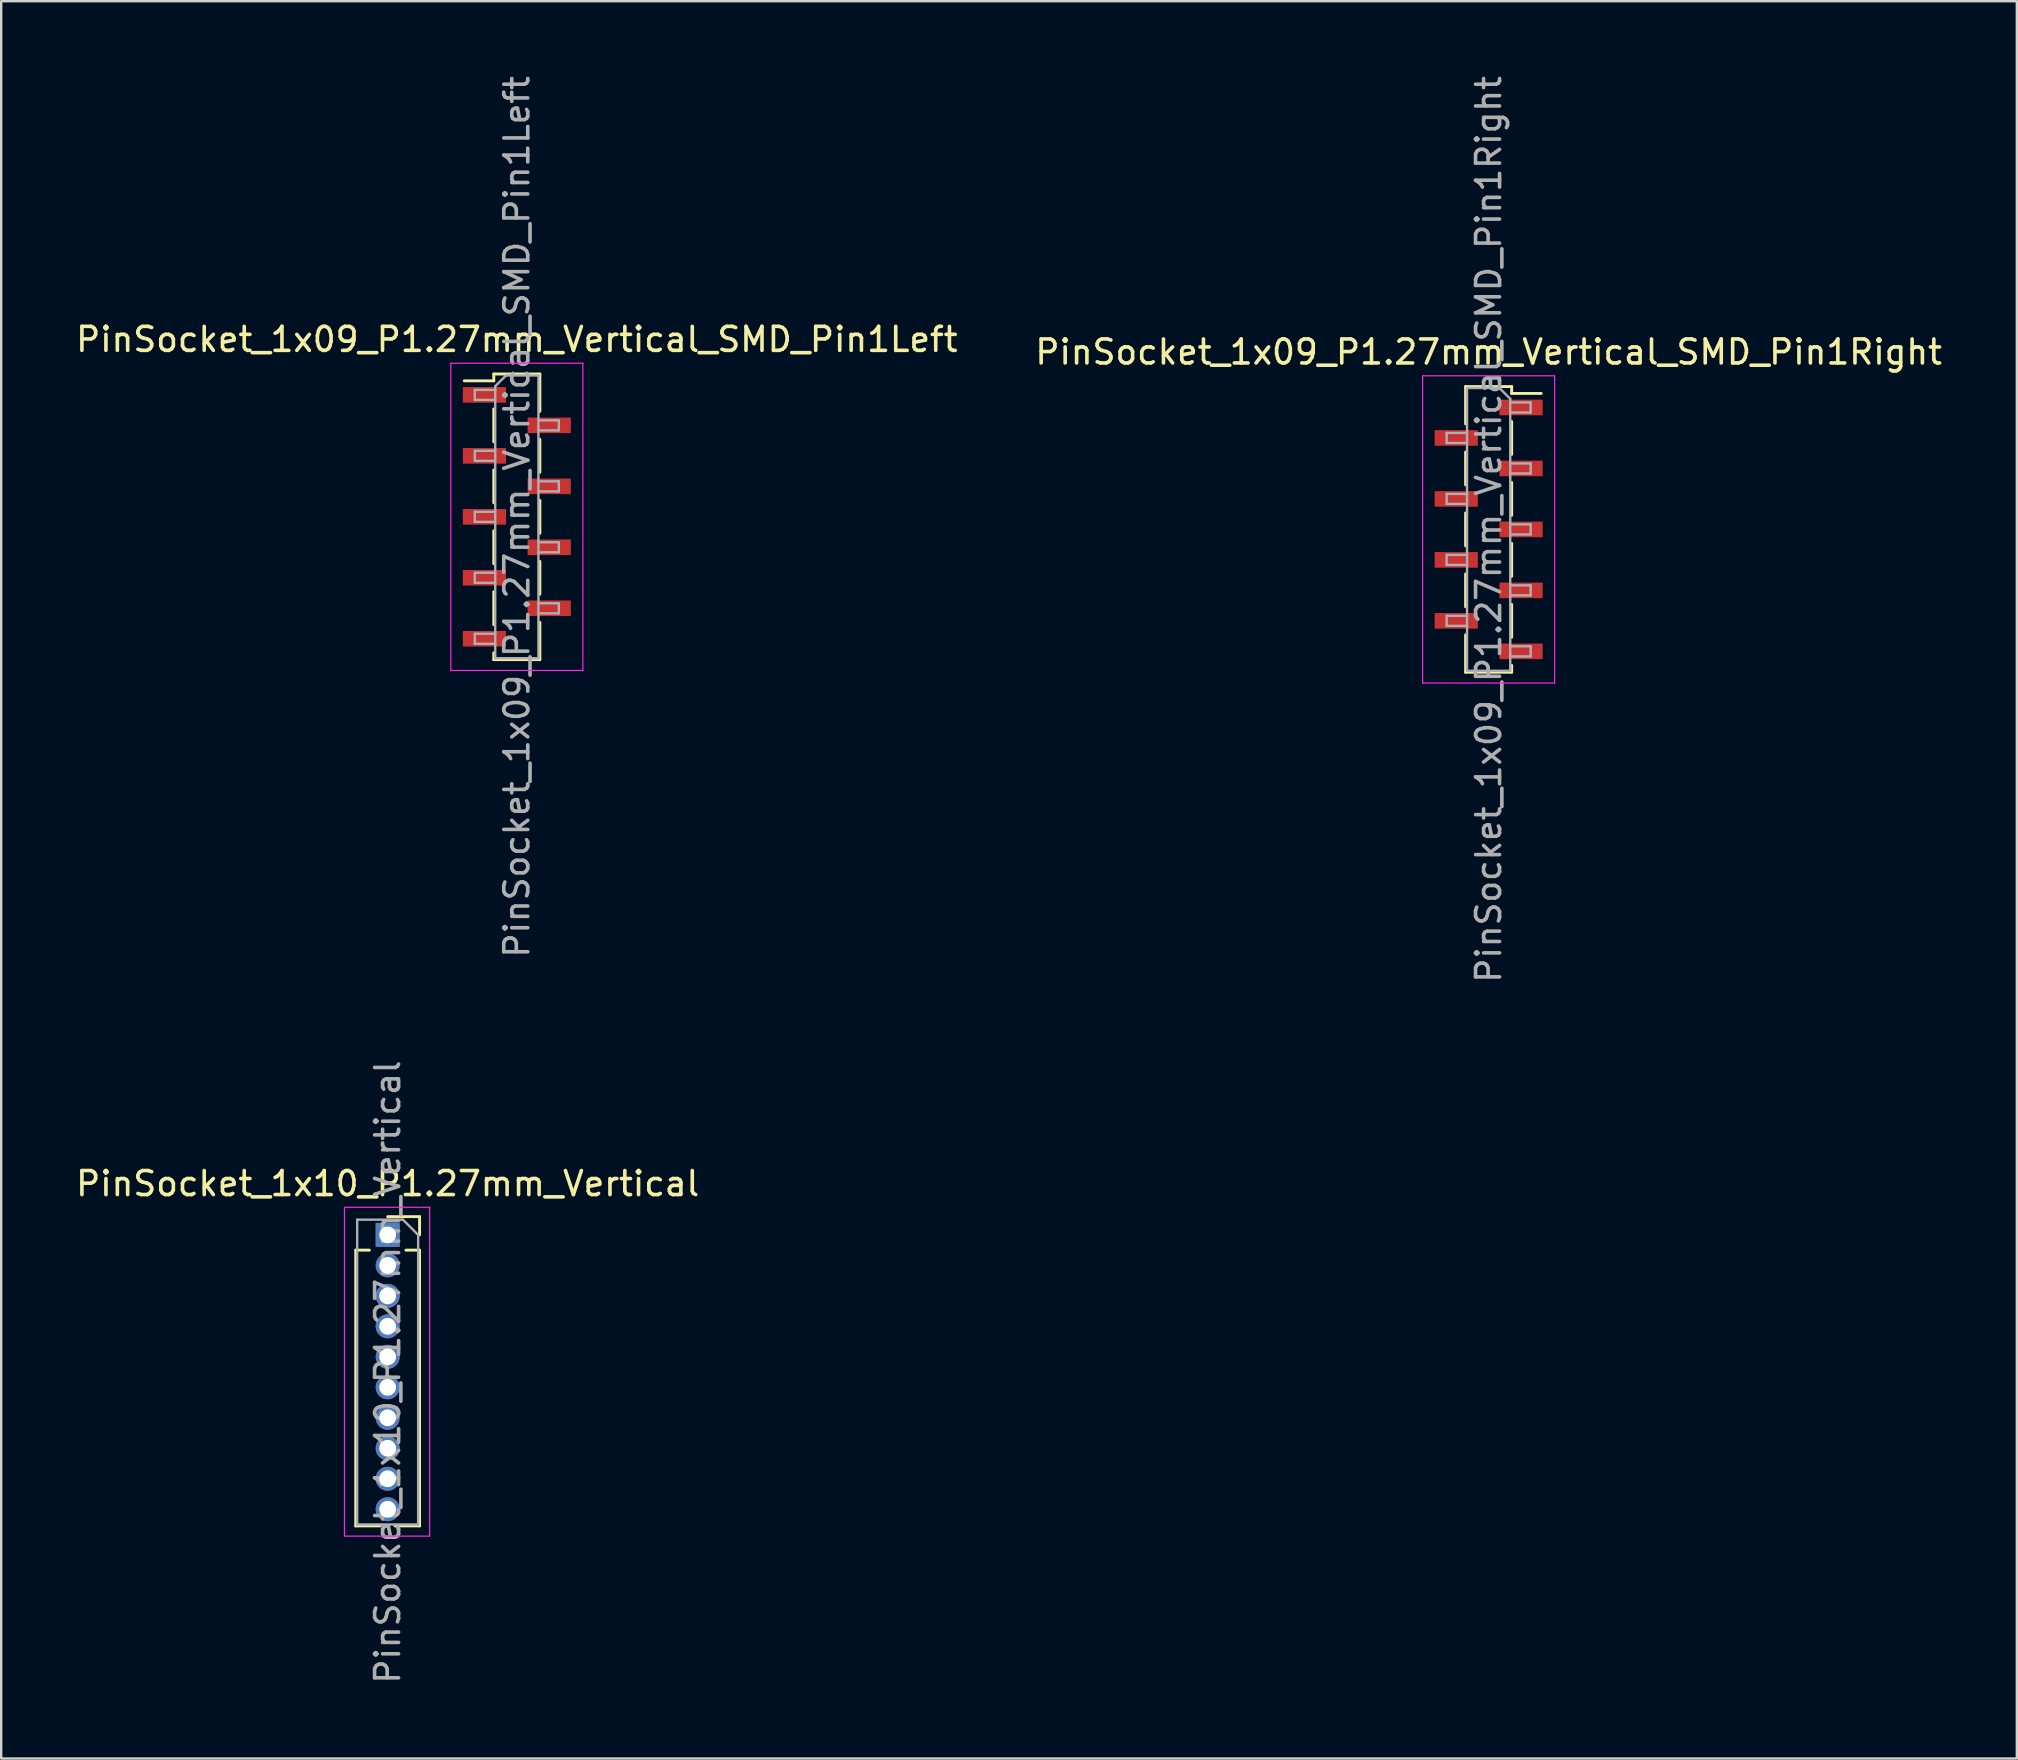
<source format=kicad_pcb>
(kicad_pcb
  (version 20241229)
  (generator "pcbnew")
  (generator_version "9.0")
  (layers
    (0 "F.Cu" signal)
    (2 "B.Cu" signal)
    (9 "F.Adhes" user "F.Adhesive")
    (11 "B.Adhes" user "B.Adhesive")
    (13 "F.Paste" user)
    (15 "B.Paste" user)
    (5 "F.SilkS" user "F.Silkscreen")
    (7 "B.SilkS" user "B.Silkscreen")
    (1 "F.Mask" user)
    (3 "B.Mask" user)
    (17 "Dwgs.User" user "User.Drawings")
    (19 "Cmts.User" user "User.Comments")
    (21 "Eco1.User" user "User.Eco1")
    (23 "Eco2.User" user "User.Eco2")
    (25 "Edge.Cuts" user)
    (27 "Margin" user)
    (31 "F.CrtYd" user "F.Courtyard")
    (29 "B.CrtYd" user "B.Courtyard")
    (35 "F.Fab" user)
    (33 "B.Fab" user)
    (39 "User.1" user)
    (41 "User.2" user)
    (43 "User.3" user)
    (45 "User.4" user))
  (footprint "PinSocket_1x10_P1.27mm_Vertical"
    (layer "F.Cu")
    (at 13.101 48.398)
    (property "Reference" "PinSocket_1x10_P1.27mm_Vertical" (at 0 -2.135 0) (layer "F.SilkS") (effects (font (size 1 1) (thickness 0.15))))
    (attr through_hole)
    (fp_line (start -1.33 0.635) (end -1.33 12.125) (stroke (width 0.12) (type solid)) (layer "F.SilkS"))
    (fp_line (start -1.33 0.635) (end -0.76 0.635) (stroke (width 0.12) (type solid)) (layer "F.SilkS"))
    (fp_line (start -1.33 12.125) (end -0.308 12.125) (stroke (width 0.12) (type solid)) (layer "F.SilkS"))
    (fp_line (start 0 -0.76) (end 1.33 -0.76) (stroke (width 0.12) (type solid)) (layer "F.SilkS"))
    (fp_line (start 0.308 12.125) (end 1.33 12.125) (stroke (width 0.12) (type solid)) (layer "F.SilkS"))
    (fp_line (start 0.76 0.635) (end 1.33 0.635) (stroke (width 0.12) (type solid)) (layer "F.SilkS"))
    (fp_line (start 1.33 -0.76) (end 1.33 0) (stroke (width 0.12) (type solid)) (layer "F.SilkS"))
    (fp_line (start 1.33 0.635) (end 1.33 12.125) (stroke (width 0.12) (type solid)) (layer "F.SilkS"))
    (fp_line (start -1.8 -1.15) (end 1.75 -1.15) (stroke (width 0.05) (type solid)) (layer "F.CrtYd"))
    (fp_line (start -1.8 12.55) (end -1.8 -1.15) (stroke (width 0.05) (type solid)) (layer "F.CrtYd"))
    (fp_line (start 1.75 -1.15) (end 1.75 12.55) (stroke (width 0.05) (type solid)) (layer "F.CrtYd"))
    (fp_line (start 1.75 12.55) (end -1.8 12.55) (stroke (width 0.05) (type solid)) (layer "F.CrtYd"))
    (fp_line (start -1.27 -0.635) (end 0.635 -0.635) (stroke (width 0.1) (type solid)) (layer "F.Fab"))
    (fp_line (start -1.27 12.065) (end -1.27 -0.635) (stroke (width 0.1) (type solid)) (layer "F.Fab"))
    (fp_line (start 0.635 -0.635) (end 1.27 0) (stroke (width 0.1) (type solid)) (layer "F.Fab"))
    (fp_line (start 1.27 0) (end 1.27 12.065) (stroke (width 0.1) (type solid)) (layer "F.Fab"))
    (fp_line (start 1.27 12.065) (end -1.27 12.065) (stroke (width 0.1) (type solid)) (layer "F.Fab"))
    (fp_text user "${REFERENCE}" (at 0 5.715 90) (layer "F.Fab") (effects (font (size 1 1) (thickness 0.15))))
    (pad "1" thru_hole rect (at 0 0) (size 1 1) (drill 0.7) (layers "*.Cu" "*.Mask"))
    (pad "2" thru_hole oval (at 0 1.27) (size 1 1) (drill 0.7) (layers "*.Cu" "*.Mask"))
    (pad "3" thru_hole oval (at 0 2.54) (size 1 1) (drill 0.7) (layers "*.Cu" "*.Mask"))
    (pad "4" thru_hole oval (at 0 3.81) (size 1 1) (drill 0.7) (layers "*.Cu" "*.Mask"))
    (pad "5" thru_hole oval (at 0 5.08) (size 1 1) (drill 0.7) (layers "*.Cu" "*.Mask"))
    (pad "6" thru_hole oval (at 0 6.35) (size 1 1) (drill 0.7) (layers "*.Cu" "*.Mask"))
    (pad "7" thru_hole oval (at 0 7.62) (size 1 1) (drill 0.7) (layers "*.Cu" "*.Mask"))
    (pad "8" thru_hole oval (at 0 8.89) (size 1 1) (drill 0.7) (layers "*.Cu" "*.Mask"))
    (pad "9" thru_hole oval (at 0 10.16) (size 1 1) (drill 0.7) (layers "*.Cu" "*.Mask"))
    (pad "10" thru_hole oval (at 0 11.43) (size 1 1) (drill 0.7) (layers "*.Cu" "*.Mask")))
  (footprint "PinSocket_1x09_P1.27mm_Vertical_SMD_Pin1Left"
    (layer "F.Cu")
    (at 18.482 18.482)
    (property "Reference" "PinSocket_1x09_P1.27mm_Vertical_SMD_Pin1Left" (at 0 -7.39 0) (layer "F.SilkS") (effects (font (size 1 1) (thickness 0.15))))
    (attr smd)
    (fp_line (start -2.19 -5.665) (end -0.96 -5.665) (stroke (width 0.12) (type solid)) (layer "F.SilkS"))
    (fp_line (start -0.96 -5.95) (end -0.96 -5.665) (stroke (width 0.12) (type solid)) (layer "F.SilkS"))
    (fp_line (start -0.96 -5.95) (end 0.96 -5.95) (stroke (width 0.12) (type solid)) (layer "F.SilkS"))
    (fp_line (start -0.96 -4.495) (end -0.96 -3.125) (stroke (width 0.12) (type solid)) (layer "F.SilkS"))
    (fp_line (start -0.96 -1.955) (end -0.96 -0.585) (stroke (width 0.12) (type solid)) (layer "F.SilkS"))
    (fp_line (start -0.96 0.585) (end -0.96 1.955) (stroke (width 0.12) (type solid)) (layer "F.SilkS"))
    (fp_line (start -0.96 3.125) (end -0.96 4.495) (stroke (width 0.12) (type solid)) (layer "F.SilkS"))
    (fp_line (start -0.96 5.665) (end -0.96 5.95) (stroke (width 0.12) (type solid)) (layer "F.SilkS"))
    (fp_line (start -0.96 5.95) (end 0.96 5.95) (stroke (width 0.12) (type solid)) (layer "F.SilkS"))
    (fp_line (start 0.96 -5.95) (end 0.96 -4.395) (stroke (width 0.12) (type solid)) (layer "F.SilkS"))
    (fp_line (start 0.96 -3.225) (end 0.96 -1.855) (stroke (width 0.12) (type solid)) (layer "F.SilkS"))
    (fp_line (start 0.96 -0.685) (end 0.96 0.685) (stroke (width 0.12) (type solid)) (layer "F.SilkS"))
    (fp_line (start 0.96 1.855) (end 0.96 3.225) (stroke (width 0.12) (type solid)) (layer "F.SilkS"))
    (fp_line (start 0.96 4.395) (end 0.96 5.95) (stroke (width 0.12) (type solid)) (layer "F.SilkS"))
    (fp_line (start -2.75 -6.4) (end 2.75 -6.4) (stroke (width 0.05) (type solid)) (layer "F.CrtYd"))
    (fp_line (start -2.75 6.4) (end -2.75 -6.4) (stroke (width 0.05) (type solid)) (layer "F.CrtYd"))
    (fp_line (start 2.75 -6.4) (end 2.75 6.4) (stroke (width 0.05) (type solid)) (layer "F.CrtYd"))
    (fp_line (start 2.75 6.4) (end -2.75 6.4) (stroke (width 0.05) (type solid)) (layer "F.CrtYd"))
    (fp_line (start -1.75 -5.29) (end -0.9 -5.29) (stroke (width 0.1) (type solid)) (layer "F.Fab"))
    (fp_line (start -1.75 -4.87) (end -1.75 -5.29) (stroke (width 0.1) (type solid)) (layer "F.Fab"))
    (fp_line (start -1.75 -2.75) (end -0.9 -2.75) (stroke (width 0.1) (type solid)) (layer "F.Fab"))
    (fp_line (start -1.75 -2.33) (end -1.75 -2.75) (stroke (width 0.1) (type solid)) (layer "F.Fab"))
    (fp_line (start -1.75 -0.21) (end -0.9 -0.21) (stroke (width 0.1) (type solid)) (layer "F.Fab"))
    (fp_line (start -1.75 0.21) (end -1.75 -0.21) (stroke (width 0.1) (type solid)) (layer "F.Fab"))
    (fp_line (start -1.75 2.33) (end -0.9 2.33) (stroke (width 0.1) (type solid)) (layer "F.Fab"))
    (fp_line (start -1.75 2.75) (end -1.75 2.33) (stroke (width 0.1) (type solid)) (layer "F.Fab"))
    (fp_line (start -1.75 4.87) (end -0.9 4.87) (stroke (width 0.1) (type solid)) (layer "F.Fab"))
    (fp_line (start -1.75 5.29) (end -1.75 4.87) (stroke (width 0.1) (type solid)) (layer "F.Fab"))
    (fp_line (start -0.9 -5.44) (end -0.45 -5.89) (stroke (width 0.1) (type solid)) (layer "F.Fab"))
    (fp_line (start -0.9 -4.87) (end -1.75 -4.87) (stroke (width 0.1) (type solid)) (layer "F.Fab"))
    (fp_line (start -0.9 -2.33) (end -1.75 -2.33) (stroke (width 0.1) (type solid)) (layer "F.Fab"))
    (fp_line (start -0.9 0.21) (end -1.75 0.21) (stroke (width 0.1) (type solid)) (layer "F.Fab"))
    (fp_line (start -0.9 2.75) (end -1.75 2.75) (stroke (width 0.1) (type solid)) (layer "F.Fab"))
    (fp_line (start -0.9 5.29) (end -1.75 5.29) (stroke (width 0.1) (type solid)) (layer "F.Fab"))
    (fp_line (start -0.9 5.89) (end -0.9 -5.44) (stroke (width 0.1) (type solid)) (layer "F.Fab"))
    (fp_line (start -0.45 -5.89) (end 0.9 -5.89) (stroke (width 0.1) (type solid)) (layer "F.Fab"))
    (fp_line (start 0.9 -5.89) (end 0.9 5.89) (stroke (width 0.1) (type solid)) (layer "F.Fab"))
    (fp_line (start 0.9 -4.02) (end 1.75 -4.02) (stroke (width 0.1) (type solid)) (layer "F.Fab"))
    (fp_line (start 0.9 -1.48) (end 1.75 -1.48) (stroke (width 0.1) (type solid)) (layer "F.Fab"))
    (fp_line (start 0.9 1.06) (end 1.75 1.06) (stroke (width 0.1) (type solid)) (layer "F.Fab"))
    (fp_line (start 0.9 3.6) (end 1.75 3.6) (stroke (width 0.1) (type solid)) (layer "F.Fab"))
    (fp_line (start 0.9 5.89) (end -0.9 5.89) (stroke (width 0.1) (type solid)) (layer "F.Fab"))
    (fp_line (start 1.75 -4.02) (end 1.75 -3.6) (stroke (width 0.1) (type solid)) (layer "F.Fab"))
    (fp_line (start 1.75 -3.6) (end 0.9 -3.6) (stroke (width 0.1) (type solid)) (layer "F.Fab"))
    (fp_line (start 1.75 -1.48) (end 1.75 -1.06) (stroke (width 0.1) (type solid)) (layer "F.Fab"))
    (fp_line (start 1.75 -1.06) (end 0.9 -1.06) (stroke (width 0.1) (type solid)) (layer "F.Fab"))
    (fp_line (start 1.75 1.06) (end 1.75 1.48) (stroke (width 0.1) (type solid)) (layer "F.Fab"))
    (fp_line (start 1.75 1.48) (end 0.9 1.48) (stroke (width 0.1) (type solid)) (layer "F.Fab"))
    (fp_line (start 1.75 3.6) (end 1.75 4.02) (stroke (width 0.1) (type solid)) (layer "F.Fab"))
    (fp_line (start 1.75 4.02) (end 0.9 4.02) (stroke (width 0.1) (type solid)) (layer "F.Fab"))
    (fp_text user "${REFERENCE}" (at 0 0 90) (layer "F.Fab") (effects (font (size 1 1) (thickness 0.15))))
    (pad "1" smd rect (at -1.35 -5.08) (size 1.8 0.65) (layers "F.Cu" "F.Mask" "F.Paste"))
    (pad "2" smd rect (at 1.35 -3.81) (size 1.8 0.65) (layers "F.Cu" "F.Mask" "F.Paste"))
    (pad "3" smd rect (at -1.35 -2.54) (size 1.8 0.65) (layers "F.Cu" "F.Mask" "F.Paste"))
    (pad "4" smd rect (at 1.35 -1.27) (size 1.8 0.65) (layers "F.Cu" "F.Mask" "F.Paste"))
    (pad "5" smd rect (at -1.35 0) (size 1.8 0.65) (layers "F.Cu" "F.Mask" "F.Paste"))
    (pad "6" smd rect (at 1.35 1.27) (size 1.8 0.65) (layers "F.Cu" "F.Mask" "F.Paste"))
    (pad "7" smd rect (at -1.35 2.54) (size 1.8 0.65) (layers "F.Cu" "F.Mask" "F.Paste"))
    (pad "8" smd rect (at 1.35 3.81) (size 1.8 0.65) (layers "F.Cu" "F.Mask" "F.Paste"))
    (pad "9" smd rect (at -1.35 5.08) (size 1.8 0.65) (layers "F.Cu" "F.Mask" "F.Paste")))
  (footprint "PinSocket_1x09_P1.27mm_Vertical_SMD_Pin1Right"
    (layer "F.Cu")
    (at 58.97 19.006)
    (property "Reference" "PinSocket_1x09_P1.27mm_Vertical_SMD_Pin1Right" (at 0 -7.39 0) (layer "F.SilkS") (effects (font (size 1 1) (thickness 0.15))))
    (attr smd)
    (fp_line (start -0.96 -5.95) (end -0.96 -4.395) (stroke (width 0.12) (type solid)) (layer "F.SilkS"))
    (fp_line (start -0.96 -5.95) (end 0.96 -5.95) (stroke (width 0.12) (type solid)) (layer "F.SilkS"))
    (fp_line (start -0.96 -3.225) (end -0.96 -1.855) (stroke (width 0.12) (type solid)) (layer "F.SilkS"))
    (fp_line (start -0.96 -0.685) (end -0.96 0.685) (stroke (width 0.12) (type solid)) (layer "F.SilkS"))
    (fp_line (start -0.96 1.855) (end -0.96 3.225) (stroke (width 0.12) (type solid)) (layer "F.SilkS"))
    (fp_line (start -0.96 4.395) (end -0.96 5.95) (stroke (width 0.12) (type solid)) (layer "F.SilkS"))
    (fp_line (start -0.96 5.95) (end 0.96 5.95) (stroke (width 0.12) (type solid)) (layer "F.SilkS"))
    (fp_line (start 0.96 -5.95) (end 0.96 -5.665) (stroke (width 0.12) (type solid)) (layer "F.SilkS"))
    (fp_line (start 0.96 -5.665) (end 2.19 -5.665) (stroke (width 0.12) (type solid)) (layer "F.SilkS"))
    (fp_line (start 0.96 -4.495) (end 0.96 -3.125) (stroke (width 0.12) (type solid)) (layer "F.SilkS"))
    (fp_line (start 0.96 -1.955) (end 0.96 -0.585) (stroke (width 0.12) (type solid)) (layer "F.SilkS"))
    (fp_line (start 0.96 0.585) (end 0.96 1.955) (stroke (width 0.12) (type solid)) (layer "F.SilkS"))
    (fp_line (start 0.96 3.125) (end 0.96 4.495) (stroke (width 0.12) (type solid)) (layer "F.SilkS"))
    (fp_line (start 0.96 5.665) (end 0.96 5.95) (stroke (width 0.12) (type solid)) (layer "F.SilkS"))
    (fp_line (start -2.75 -6.4) (end 2.75 -6.4) (stroke (width 0.05) (type solid)) (layer "F.CrtYd"))
    (fp_line (start -2.75 6.4) (end -2.75 -6.4) (stroke (width 0.05) (type solid)) (layer "F.CrtYd"))
    (fp_line (start 2.75 -6.4) (end 2.75 6.4) (stroke (width 0.05) (type solid)) (layer "F.CrtYd"))
    (fp_line (start 2.75 6.4) (end -2.75 6.4) (stroke (width 0.05) (type solid)) (layer "F.CrtYd"))
    (fp_line (start -1.75 -4.02) (end -0.9 -4.02) (stroke (width 0.1) (type solid)) (layer "F.Fab"))
    (fp_line (start -1.75 -3.6) (end -1.75 -4.02) (stroke (width 0.1) (type solid)) (layer "F.Fab"))
    (fp_line (start -1.75 -1.48) (end -0.9 -1.48) (stroke (width 0.1) (type solid)) (layer "F.Fab"))
    (fp_line (start -1.75 -1.06) (end -1.75 -1.48) (stroke (width 0.1) (type solid)) (layer "F.Fab"))
    (fp_line (start -1.75 1.06) (end -0.9 1.06) (stroke (width 0.1) (type solid)) (layer "F.Fab"))
    (fp_line (start -1.75 1.48) (end -1.75 1.06) (stroke (width 0.1) (type solid)) (layer "F.Fab"))
    (fp_line (start -1.75 3.6) (end -0.9 3.6) (stroke (width 0.1) (type solid)) (layer "F.Fab"))
    (fp_line (start -1.75 4.02) (end -1.75 3.6) (stroke (width 0.1) (type solid)) (layer "F.Fab"))
    (fp_line (start -0.9 -5.89) (end 0.45 -5.89) (stroke (width 0.1) (type solid)) (layer "F.Fab"))
    (fp_line (start -0.9 -3.6) (end -1.75 -3.6) (stroke (width 0.1) (type solid)) (layer "F.Fab"))
    (fp_line (start -0.9 -1.06) (end -1.75 -1.06) (stroke (width 0.1) (type solid)) (layer "F.Fab"))
    (fp_line (start -0.9 1.48) (end -1.75 1.48) (stroke (width 0.1) (type solid)) (layer "F.Fab"))
    (fp_line (start -0.9 4.02) (end -1.75 4.02) (stroke (width 0.1) (type solid)) (layer "F.Fab"))
    (fp_line (start -0.9 5.89) (end -0.9 -5.89) (stroke (width 0.1) (type solid)) (layer "F.Fab"))
    (fp_line (start 0.45 -5.89) (end 0.9 -5.44) (stroke (width 0.1) (type solid)) (layer "F.Fab"))
    (fp_line (start 0.9 -5.44) (end 0.9 5.89) (stroke (width 0.1) (type solid)) (layer "F.Fab"))
    (fp_line (start 0.9 -5.29) (end 1.75 -5.29) (stroke (width 0.1) (type solid)) (layer "F.Fab"))
    (fp_line (start 0.9 -2.75) (end 1.75 -2.75) (stroke (width 0.1) (type solid)) (layer "F.Fab"))
    (fp_line (start 0.9 -0.21) (end 1.75 -0.21) (stroke (width 0.1) (type solid)) (layer "F.Fab"))
    (fp_line (start 0.9 2.33) (end 1.75 2.33) (stroke (width 0.1) (type solid)) (layer "F.Fab"))
    (fp_line (start 0.9 4.87) (end 1.75 4.87) (stroke (width 0.1) (type solid)) (layer "F.Fab"))
    (fp_line (start 0.9 5.89) (end -0.9 5.89) (stroke (width 0.1) (type solid)) (layer "F.Fab"))
    (fp_line (start 1.75 -5.29) (end 1.75 -4.87) (stroke (width 0.1) (type solid)) (layer "F.Fab"))
    (fp_line (start 1.75 -4.87) (end 0.9 -4.87) (stroke (width 0.1) (type solid)) (layer "F.Fab"))
    (fp_line (start 1.75 -2.75) (end 1.75 -2.33) (stroke (width 0.1) (type solid)) (layer "F.Fab"))
    (fp_line (start 1.75 -2.33) (end 0.9 -2.33) (stroke (width 0.1) (type solid)) (layer "F.Fab"))
    (fp_line (start 1.75 -0.21) (end 1.75 0.21) (stroke (width 0.1) (type solid)) (layer "F.Fab"))
    (fp_line (start 1.75 0.21) (end 0.9 0.21) (stroke (width 0.1) (type solid)) (layer "F.Fab"))
    (fp_line (start 1.75 2.33) (end 1.75 2.75) (stroke (width 0.1) (type solid)) (layer "F.Fab"))
    (fp_line (start 1.75 2.75) (end 0.9 2.75) (stroke (width 0.1) (type solid)) (layer "F.Fab"))
    (fp_line (start 1.75 4.87) (end 1.75 5.29) (stroke (width 0.1) (type solid)) (layer "F.Fab"))
    (fp_line (start 1.75 5.29) (end 0.9 5.29) (stroke (width 0.1) (type solid)) (layer "F.Fab"))
    (fp_text user "${REFERENCE}" (at 0 0 90) (layer "F.Fab") (effects (font (size 1 1) (thickness 0.15))))
    (pad "1" smd rect (at 1.35 -5.08) (size 1.8 0.65) (layers "F.Cu" "F.Mask" "F.Paste"))
    (pad "2" smd rect (at -1.35 -3.81) (size 1.8 0.65) (layers "F.Cu" "F.Mask" "F.Paste"))
    (pad "3" smd rect (at 1.35 -2.54) (size 1.8 0.65) (layers "F.Cu" "F.Mask" "F.Paste"))
    (pad "4" smd rect (at -1.35 -1.27) (size 1.8 0.65) (layers "F.Cu" "F.Mask" "F.Paste"))
    (pad "5" smd rect (at 1.35 0) (size 1.8 0.65) (layers "F.Cu" "F.Mask" "F.Paste"))
    (pad "6" smd rect (at -1.35 1.27) (size 1.8 0.65) (layers "F.Cu" "F.Mask" "F.Paste"))
    (pad "7" smd rect (at 1.35 2.54) (size 1.8 0.65) (layers "F.Cu" "F.Mask" "F.Paste"))
    (pad "8" smd rect (at -1.35 3.81) (size 1.8 0.65) (layers "F.Cu" "F.Mask" "F.Paste"))
    (pad "9" smd rect (at 1.35 5.08) (size 1.8 0.65) (layers "F.Cu" "F.Mask" "F.Paste")))
  (gr_rect
    (start -3 -3)
    (end 80.976 70.214)
    (stroke (width 0.1) (type default))
    (fill no)
    (layer "Edge.Cuts")))
</source>
